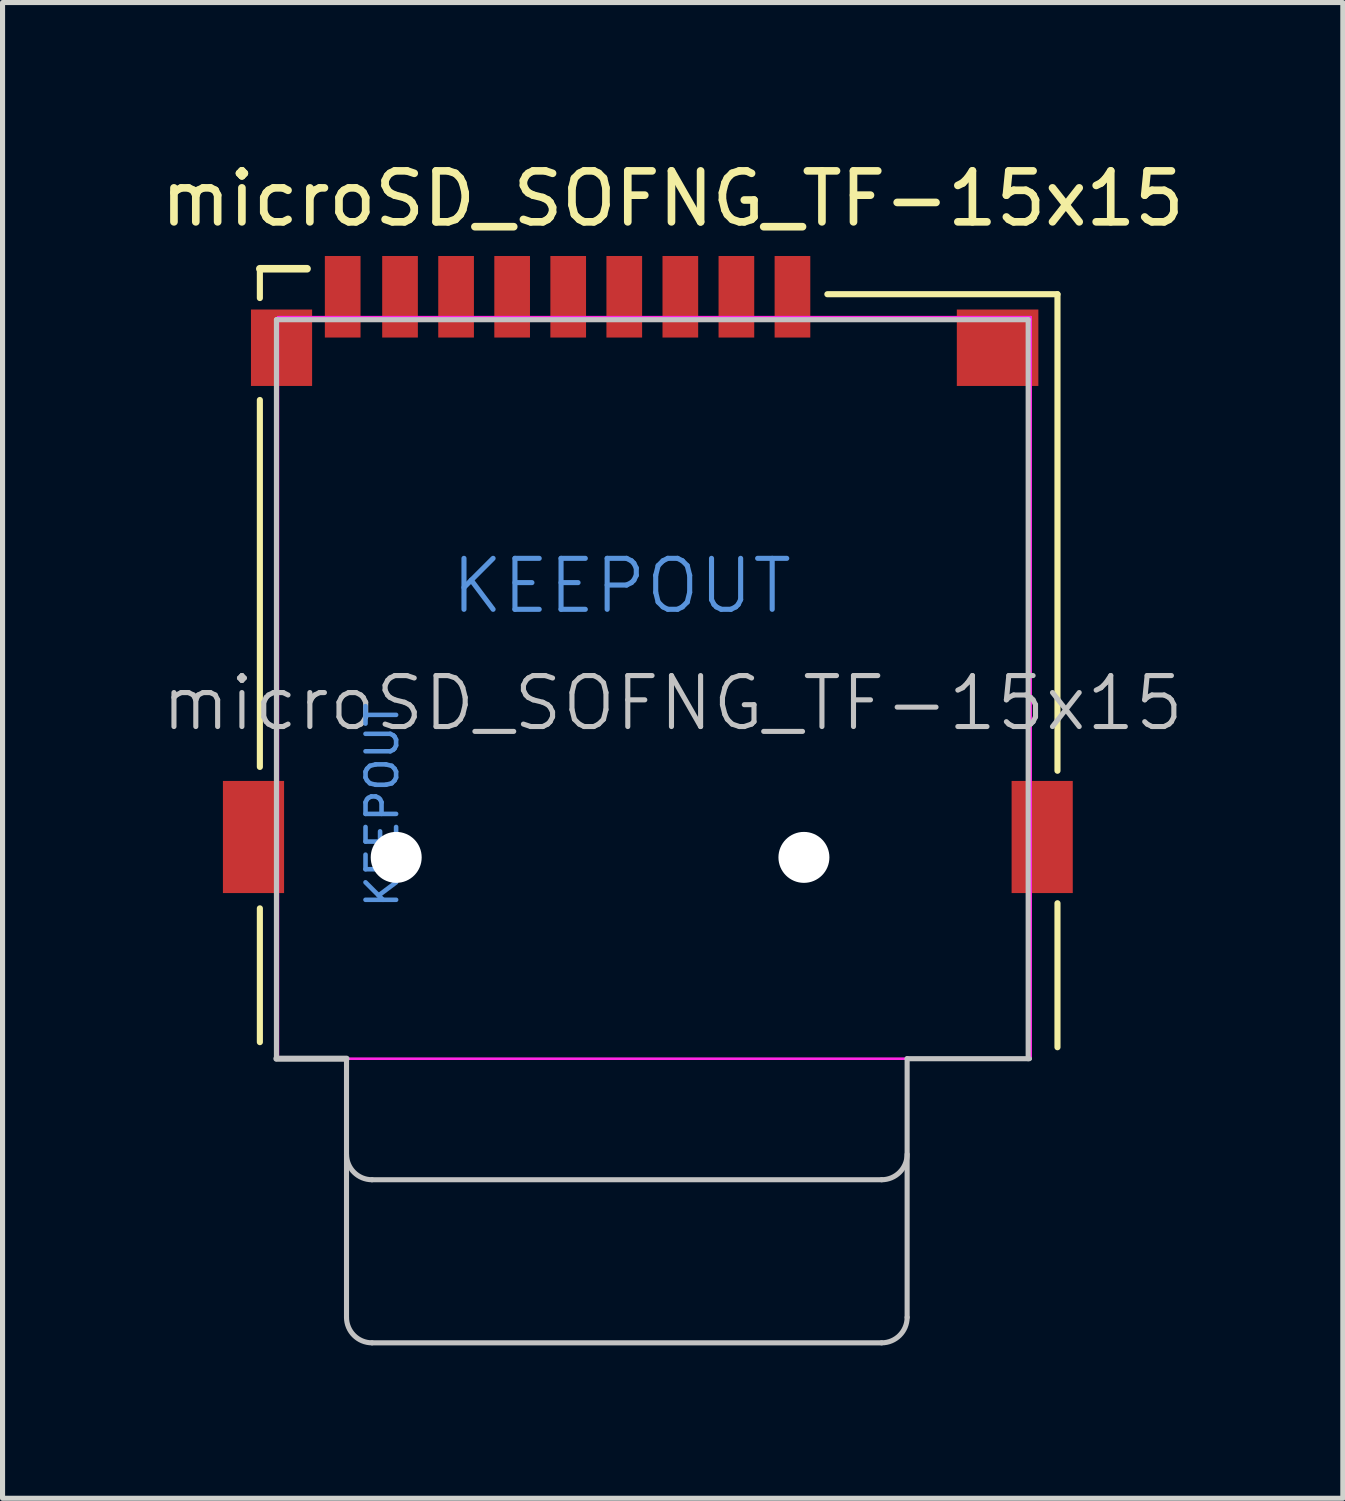
<source format=kicad_pcb>
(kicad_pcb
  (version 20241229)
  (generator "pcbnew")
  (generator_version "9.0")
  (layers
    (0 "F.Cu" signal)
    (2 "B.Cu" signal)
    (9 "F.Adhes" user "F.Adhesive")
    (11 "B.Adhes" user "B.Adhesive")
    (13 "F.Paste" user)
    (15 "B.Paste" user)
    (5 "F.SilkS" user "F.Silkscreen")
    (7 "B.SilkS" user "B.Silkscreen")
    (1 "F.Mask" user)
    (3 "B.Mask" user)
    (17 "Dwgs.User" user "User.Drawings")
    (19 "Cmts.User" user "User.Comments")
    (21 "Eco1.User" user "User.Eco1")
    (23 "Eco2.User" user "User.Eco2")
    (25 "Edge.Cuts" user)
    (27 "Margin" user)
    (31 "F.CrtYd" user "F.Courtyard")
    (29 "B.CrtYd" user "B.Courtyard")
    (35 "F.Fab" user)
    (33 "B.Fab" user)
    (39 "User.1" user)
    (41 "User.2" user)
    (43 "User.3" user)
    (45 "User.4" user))
  (footprint "microSD_SOFNG_TF-15x15"
    (layer "F.Cu")
    (at 10.224 10.373)
    (property "Reference" "microSD_SOFNG_TF-15x15" (at -0.075 -9.525 0) (layer "F.SilkS") (effects (font (size 1 1) (thickness 0.15))))
    (attr smd)
    (fp_line (start -8.175 -8.15) (end -8.175 -7.575) (stroke (width 0.12) (type solid)) (layer "F.SilkS"))
    (fp_line (start -8.175 -8.15) (end -7.25 -8.15) (stroke (width 0.15) (type solid)) (layer "F.SilkS"))
    (fp_line (start -8.175 -5.575) (end -8.175 1.625) (stroke (width 0.12) (type solid)) (layer "F.SilkS"))
    (fp_line (start -8.175 4.4) (end -8.175 7.025) (stroke (width 0.12) (type solid)) (layer "F.SilkS"))
    (fp_line (start 2.96 -7.65) (end 7.475 -7.65) (stroke (width 0.12) (type solid)) (layer "F.SilkS"))
    (fp_line (start 7.475 -7.65) (end 7.475 1.7) (stroke (width 0.12) (type solid)) (layer "F.SilkS"))
    (fp_line (start 7.475 4.3) (end 7.475 7.125) (stroke (width 0.12) (type solid)) (layer "F.SilkS"))
    (fp_line (start -7.85 7.35) (end -7.85 -7.15) (stroke (width 0.1) (type solid)) (layer "Dwgs.User"))
    (fp_line (start -6.475 7.35) (end -7.85 7.35) (stroke (width 0.12) (type solid)) (layer "Dwgs.User"))
    (fp_line (start -6.475 7.35) (end -6.475 12.425) (stroke (width 0.1) (type solid)) (layer "Dwgs.User"))
    (fp_line (start -5.975 9.725) (end 4.025 9.725) (stroke (width 0.1) (type solid)) (layer "Dwgs.User"))
    (fp_line (start -5.975 12.925) (end 4.025 12.925) (stroke (width 0.1) (type solid)) (layer "Dwgs.User"))
    (fp_line (start 4.525 7.35) (end 6.925 7.35) (stroke (width 0.1) (type solid)) (layer "Dwgs.User"))
    (fp_line (start 4.525 12.425) (end 4.525 7.35) (stroke (width 0.1) (type solid)) (layer "Dwgs.User"))
    (fp_line (start 6.9 -7.15) (end -7.85 -7.15) (stroke (width 0.1) (type solid)) (layer "Dwgs.User"))
    (fp_line (start 6.9 7.35) (end 6.9 -7.15) (stroke (width 0.1) (type solid)) (layer "Dwgs.User"))
    (fp_arc (start -5.975 9.725) (mid -6.328553 9.578553) (end -6.475 9.225) (stroke (width 0.1) (type solid)) (layer "Dwgs.User"))
    (fp_arc (start -5.975 12.925) (mid -6.328553 12.778553) (end -6.475 12.425) (stroke (width 0.1) (type solid)) (layer "Dwgs.User"))
    (fp_arc (start 4.525 9.225) (mid 4.378553 9.578553) (end 4.025 9.725) (stroke (width 0.1) (type solid)) (layer "Dwgs.User"))
    (fp_arc (start 4.525 12.425) (mid 4.378553 12.778553) (end 4.025 12.925) (stroke (width 0.1) (type solid)) (layer "Dwgs.User"))
    (fp_line (start -7.82 7.35) (end -7.82 -7.2) (stroke (width 0.05) (type solid)) (layer "F.CrtYd"))
    (fp_line (start -7.8 -7.2) (end 6.95 -7.2) (stroke (width 0.05) (type solid)) (layer "F.CrtYd"))
    (fp_line (start 6.95 -7.2) (end 6.95 7.35) (stroke (width 0.05) (type solid)) (layer "F.CrtYd"))
    (fp_line (start 6.95 7.35) (end -7.82 7.35) (stroke (width 0.05) (type solid)) (layer "F.CrtYd"))
    (fp_text user "${REFERENCE}" (at -0.075 0.375 0) (layer "Dwgs.User") (effects (font (size 1 1) (thickness 0.1))))
    (fp_text user "KEEPOUT" (at -5.775 2.375 90) (layer "Cmts.User") (effects (font (size 0.6 0.6) (thickness 0.09))))
    (fp_text user "KEEPOUT" (at -1.075 -1.925 0) (layer "Cmts.User") (effects (font (size 1 1) (thickness 0.1))))
    (pad "" np_thru_hole circle (at -5.5 3.4) (size 1 1) (drill 1) (layers "*.Cu" "*.Mask"))
    (pad "" np_thru_hole circle (at 2.5 3.4) (size 1 1) (drill 1) (layers "*.Cu" "*.Mask"))
    (pad "1" smd rect (at 2.275 -7.6) (size 0.7 1.6) (layers "F.Cu" "F.Mask" "F.Paste"))
    (pad "2" smd rect (at 1.175 -7.6) (size 0.7 1.6) (layers "F.Cu" "F.Mask" "F.Paste"))
    (pad "3" smd rect (at 0.075 -7.6) (size 0.7 1.6) (layers "F.Cu" "F.Mask" "F.Paste"))
    (pad "4" smd rect (at -1.025 -7.6) (size 0.7 1.6) (layers "F.Cu" "F.Mask" "F.Paste"))
    (pad "5" smd rect (at -2.125 -7.6) (size 0.7 1.6) (layers "F.Cu" "F.Mask" "F.Paste"))
    (pad "6" smd rect (at -3.225 -7.6) (size 0.7 1.6) (layers "F.Cu" "F.Mask" "F.Paste"))
    (pad "7" smd rect (at -4.325 -7.6) (size 0.7 1.6) (layers "F.Cu" "F.Mask" "F.Paste"))
    (pad "8" smd rect (at -5.425 -7.6) (size 0.7 1.6) (layers "F.Cu" "F.Mask" "F.Paste"))
    (pad "9" smd rect (at -6.55 -7.6) (size 0.7 1.6) (layers "F.Cu" "F.Mask" "F.Paste"))
    (pad "11" smd rect (at -8.3 3) (size 1.2 2.2) (layers "F.Cu" "F.Mask" "F.Paste"))
    (pad "11" smd rect (at -7.75 -6.6 180) (size 1.2 1.5) (layers "F.Cu" "F.Mask" "F.Paste"))
    (pad "11" smd rect (at 6.3 -6.6) (size 1.6 1.5) (layers "F.Cu" "F.Mask" "F.Paste"))
    (pad "11" smd rect (at 7.175 3) (size 1.2 2.2) (layers "F.Cu" "F.Mask" "F.Paste")))
  (gr_rect
    (start -3 -3)
    (end 23.298 26.348)
    (stroke (width 0.1) (type default))
    (fill no)
    (layer "Edge.Cuts")))
</source>
